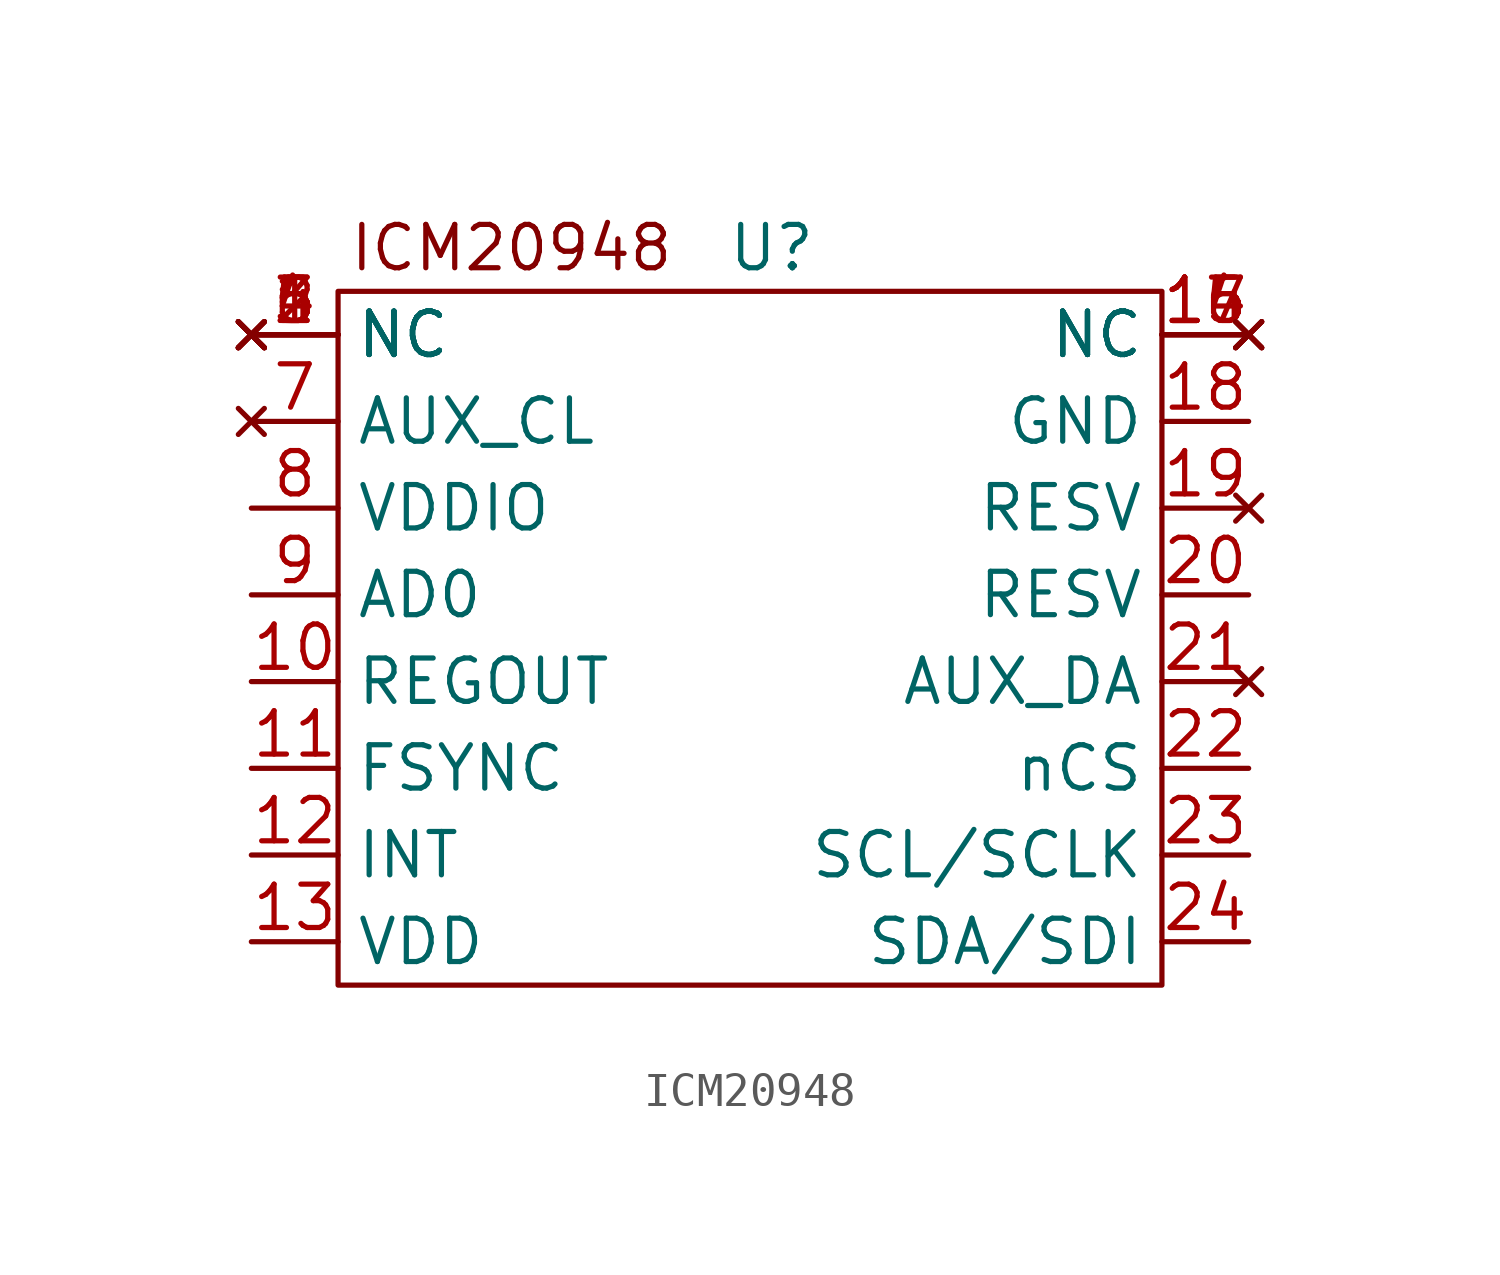
<source format=kicad_sym>
(kicad_symbol_lib
  (version 20220914)
  (generator kicad_symbol_editor)
  (symbol "ICM20948"
    (property "Reference" "U"
      (at 0 11.43 0)
      (effects (font (size 1.27 1.27))))
    (property "Value" ""
      (at -15.24 8.89 0)
      (effects (font (size 1.27 1.27))))
    (symbol "ICM20948_0_0"
      (pin no_connect line (at -15.24 8.89 0) (length 2.54) (name "NC" (effects (font (size 1.27 1.27)))) (number "1" (effects (font (size 1.27 1.27)))))
      (pin power_in line (at -15.24 -1.27 0) (length 2.54) (name "REGOUT" (effects (font (size 1.27 1.27)))) (number "10" (effects (font (size 1.27 1.27)))))
      (pin input line (at -15.24 -3.81 0) (length 2.54) (name "FSYNC" (effects (font (size 1.27 1.27)))) (number "11" (effects (font (size 1.27 1.27)))))
      (pin output line (at -15.24 -6.35 0) (length 2.54) (name "INT" (effects (font (size 1.27 1.27)))) (number "12" (effects (font (size 1.27 1.27)))))
      (pin power_in line (at -15.24 -8.89 0) (length 2.54) (name "VDD" (effects (font (size 1.27 1.27)))) (number "13" (effects (font (size 1.27 1.27)))))
      (pin no_connect line (at 13.97 8.89 180) (length 2.54) (name "NC" (effects (font (size 1.27 1.27)))) (number "14" (effects (font (size 1.27 1.27)))))
      (pin no_connect line (at 13.97 8.89 180) (length 2.54) (name "NC" (effects (font (size 1.27 1.27)))) (number "15" (effects (font (size 1.27 1.27)))))
      (pin no_connect line (at 13.97 8.89 180) (length 2.54) (name "NC" (effects (font (size 1.27 1.27)))) (number "16" (effects (font (size 1.27 1.27)))))
      (pin no_connect line (at 13.97 8.89 180) (length 2.54) (name "NC" (effects (font (size 1.27 1.27)))) (number "17" (effects (font (size 1.27 1.27)))))
      (pin power_in line (at 13.97 6.35 180) (length 2.54) (name "GND" (effects (font (size 1.27 1.27)))) (number "18" (effects (font (size 1.27 1.27)))))
      (pin no_connect line (at 13.97 3.81 180) (length 2.54) (name "RESV" (effects (font (size 1.27 1.27)))) (number "19" (effects (font (size 1.27 1.27)))))
      (pin no_connect line (at -15.24 8.89 0) (length 2.54) (name "NC" (effects (font (size 1.27 1.27)))) (number "2" (effects (font (size 1.27 1.27)))))
      (pin power_in line (at 13.97 1.27 180) (length 2.54) (name "RESV" (effects (font (size 1.27 1.27)))) (number "20" (effects (font (size 1.27 1.27)))))
      (pin no_connect line (at 13.97 -1.27 180) (length 2.54) (name "AUX_DA" (effects (font (size 1.27 1.27)))) (number "21" (effects (font (size 1.27 1.27)))))
      (pin input line (at 13.97 -3.81 180) (length 2.54) (name "nCS" (effects (font (size 1.27 1.27)))) (number "22" (effects (font (size 1.27 1.27)))))
      (pin input line (at 13.97 -6.35 180) (length 2.54) (name "SCL/SCLK" (effects (font (size 1.27 1.27)))) (number "23" (effects (font (size 1.27 1.27)))))
      (pin bidirectional line (at 13.97 -8.89 180) (length 2.54) (name "SDA/SDI" (effects (font (size 1.27 1.27)))) (number "24" (effects (font (size 1.27 1.27)))))
      (pin no_connect line (at -15.24 8.89 0) (length 2.54) (name "NC" (effects (font (size 1.27 1.27)))) (number "3" (effects (font (size 1.27 1.27)))))
      (pin no_connect line (at -15.24 8.89 0) (length 2.54) (name "NC" (effects (font (size 1.27 1.27)))) (number "4" (effects (font (size 1.27 1.27)))))
      (pin no_connect line (at -15.24 8.89 0) (length 2.54) (name "NC" (effects (font (size 1.27 1.27)))) (number "5" (effects (font (size 1.27 1.27)))))
      (pin no_connect line (at -15.24 8.89 0) (length 2.54) (name "NC" (effects (font (size 1.27 1.27)))) (number "6" (effects (font (size 1.27 1.27)))))
      (pin no_connect line (at -15.24 6.35 0) (length 2.54) (name "AUX_CL" (effects (font (size 1.27 1.27)))) (number "7" (effects (font (size 1.27 1.27)))))
      (pin power_in line (at -15.24 3.81 0) (length 2.54) (name "VDDIO" (effects (font (size 1.27 1.27)))) (number "8" (effects (font (size 1.27 1.27)))))
      (pin input line (at -15.24 1.27 0) (length 2.54) (name "AD0" (effects (font (size 1.27 1.27)))) (number "9" (effects (font (size 1.27 1.27))))))
    (symbol "ICM20948_0_1"
      (rectangle (start -12.7 10.16) (end 11.43 -10.16) (stroke (width 0) (type default)) (fill (type none))))
    (symbol "ICM20948_1_1"
      (text "ICM20948" (at -7.62 11.43 0) (effects (font (size 1.27 1.27)))))))
</source>
